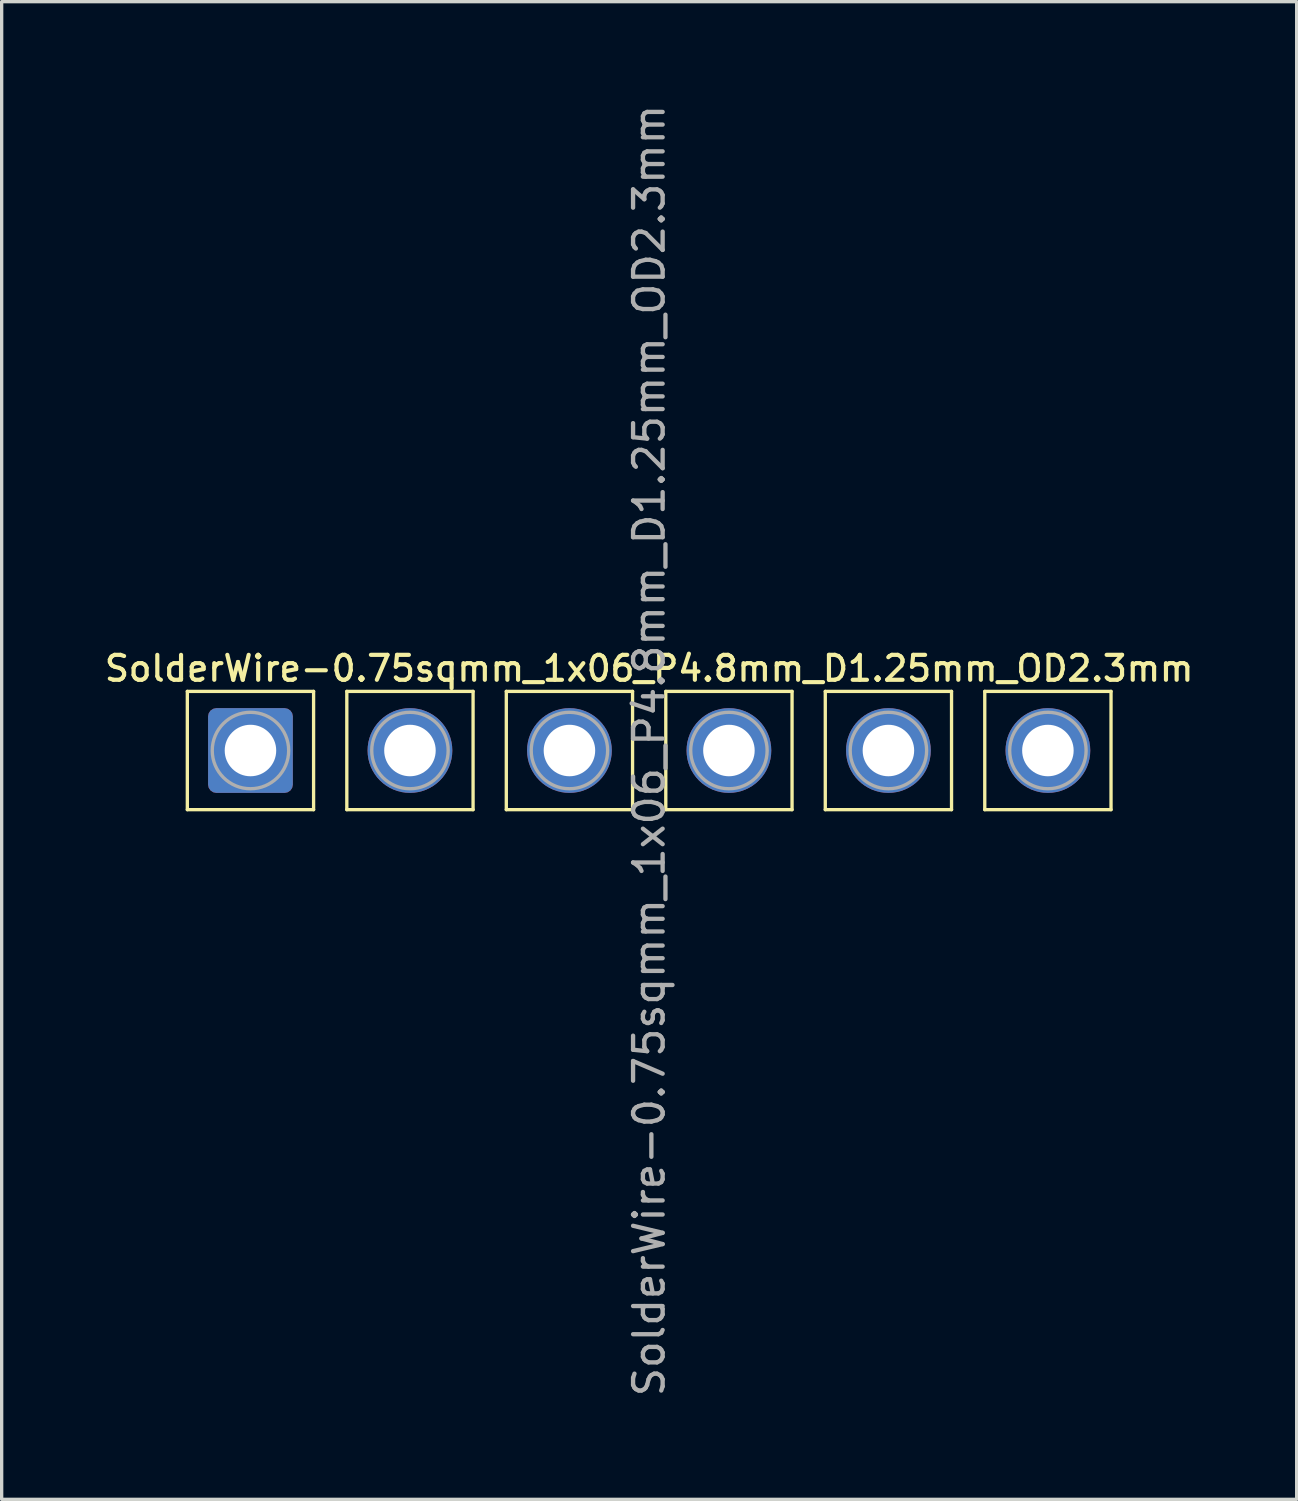
<source format=kicad_pcb>
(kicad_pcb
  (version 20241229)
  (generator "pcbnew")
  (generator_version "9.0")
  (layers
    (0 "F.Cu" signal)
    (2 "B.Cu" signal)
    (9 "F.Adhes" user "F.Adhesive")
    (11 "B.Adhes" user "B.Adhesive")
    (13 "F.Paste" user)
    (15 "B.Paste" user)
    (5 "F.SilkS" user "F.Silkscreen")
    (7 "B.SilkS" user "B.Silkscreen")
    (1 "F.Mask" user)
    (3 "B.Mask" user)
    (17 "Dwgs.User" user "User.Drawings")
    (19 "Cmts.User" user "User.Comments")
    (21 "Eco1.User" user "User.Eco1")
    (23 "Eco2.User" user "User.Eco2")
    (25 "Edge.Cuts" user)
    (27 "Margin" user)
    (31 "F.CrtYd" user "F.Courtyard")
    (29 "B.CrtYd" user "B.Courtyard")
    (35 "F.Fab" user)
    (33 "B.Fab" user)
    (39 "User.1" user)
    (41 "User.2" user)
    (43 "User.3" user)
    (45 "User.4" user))
  (footprint "SolderWire-0.75sqmm_1x06_P4.8mm_D1.25mm_OD2.3mm"
    (layer "F.Cu")
    (at 4.488 19.538)
    (property "Reference" "SolderWire-0.75sqmm_1x06_P4.8mm_D1.25mm_OD2.3mm" (at 12 -2.47 0) (layer "F.SilkS") (effects (font (size 0.75 0.75) (thickness 0.125))))
    (attr exclude_from_pos_files exclude_from_bom)
    (fp_line (start -1.9 -1.78) (end -1.9 1.78) (stroke (width 0.1) (type solid)) (layer "F.SilkS"))
    (fp_line (start -1.9 1.78) (end 1.9 1.78) (stroke (width 0.1) (type solid)) (layer "F.SilkS"))
    (fp_line (start 1.9 -1.78) (end -1.9 -1.78) (stroke (width 0.1) (type solid)) (layer "F.SilkS"))
    (fp_line (start 1.9 1.78) (end 1.9 -1.78) (stroke (width 0.1) (type solid)) (layer "F.SilkS"))
    (fp_line (start 2.9 -1.78) (end 2.9 1.78) (stroke (width 0.1) (type solid)) (layer "F.SilkS"))
    (fp_line (start 2.9 1.78) (end 6.7 1.78) (stroke (width 0.1) (type solid)) (layer "F.SilkS"))
    (fp_line (start 6.7 -1.78) (end 2.9 -1.78) (stroke (width 0.1) (type solid)) (layer "F.SilkS"))
    (fp_line (start 6.7 1.78) (end 6.7 -1.78) (stroke (width 0.1) (type solid)) (layer "F.SilkS"))
    (fp_line (start 7.7 -1.78) (end 7.7 1.78) (stroke (width 0.1) (type solid)) (layer "F.SilkS"))
    (fp_line (start 7.7 1.78) (end 11.5 1.78) (stroke (width 0.1) (type solid)) (layer "F.SilkS"))
    (fp_line (start 11.5 -1.78) (end 7.7 -1.78) (stroke (width 0.1) (type solid)) (layer "F.SilkS"))
    (fp_line (start 11.5 1.78) (end 11.5 -1.78) (stroke (width 0.1) (type solid)) (layer "F.SilkS"))
    (fp_line (start 12.5 -1.78) (end 12.5 1.78) (stroke (width 0.1) (type solid)) (layer "F.SilkS"))
    (fp_line (start 12.5 1.78) (end 16.3 1.78) (stroke (width 0.1) (type solid)) (layer "F.SilkS"))
    (fp_line (start 16.3 -1.78) (end 12.5 -1.78) (stroke (width 0.1) (type solid)) (layer "F.SilkS"))
    (fp_line (start 16.3 1.78) (end 16.3 -1.78) (stroke (width 0.1) (type solid)) (layer "F.SilkS"))
    (fp_line (start 17.3 -1.78) (end 17.3 1.78) (stroke (width 0.1) (type solid)) (layer "F.SilkS"))
    (fp_line (start 17.3 1.78) (end 21.1 1.78) (stroke (width 0.1) (type solid)) (layer "F.SilkS"))
    (fp_line (start 21.1 -1.78) (end 17.3 -1.78) (stroke (width 0.1) (type solid)) (layer "F.SilkS"))
    (fp_line (start 21.1 1.78) (end 21.1 -1.78) (stroke (width 0.1) (type solid)) (layer "F.SilkS"))
    (fp_line (start 22.1 -1.78) (end 22.1 1.78) (stroke (width 0.1) (type solid)) (layer "F.SilkS"))
    (fp_line (start 22.1 1.78) (end 25.9 1.78) (stroke (width 0.1) (type solid)) (layer "F.SilkS"))
    (fp_line (start 25.9 -1.78) (end 22.1 -1.78) (stroke (width 0.1) (type solid)) (layer "F.SilkS"))
    (fp_line (start 25.9 1.78) (end 25.9 -1.78) (stroke (width 0.1) (type solid)) (layer "F.SilkS"))
    (fp_circle (center 0 0) (end 1.15 0) (stroke (width 0.1) (type solid)) (fill no) (layer "F.Fab"))
    (fp_circle (center 4.8 0) (end 5.95 0) (stroke (width 0.1) (type solid)) (fill no) (layer "F.Fab"))
    (fp_circle (center 9.6 0) (end 10.75 0) (stroke (width 0.1) (type solid)) (fill no) (layer "F.Fab"))
    (fp_circle (center 14.4 0) (end 15.55 0) (stroke (width 0.1) (type solid)) (fill no) (layer "F.Fab"))
    (fp_circle (center 19.2 0) (end 20.35 0) (stroke (width 0.1) (type solid)) (fill no) (layer "F.Fab"))
    (fp_circle (center 24 0) (end 25.15 0) (stroke (width 0.1) (type solid)) (fill no) (layer "F.Fab"))
    (fp_text user "${REFERENCE}" (at 12 0 90) (layer "F.Fab") (effects (font (size 0.89 0.89) (thickness 0.13))))
    (pad "1" thru_hole roundrect (at 0 0) (size 2.55 2.55) (drill 1.55) (layers "*.Cu" "*.Mask") (roundrect_rratio 0.098))
    (pad "2" thru_hole circle (at 4.8 0) (size 2.55 2.55) (drill 1.55) (layers "*.Cu" "*.Mask"))
    (pad "3" thru_hole circle (at 9.6 0) (size 2.55 2.55) (drill 1.55) (layers "*.Cu" "*.Mask"))
    (pad "4" thru_hole circle (at 14.4 0) (size 2.55 2.55) (drill 1.55) (layers "*.Cu" "*.Mask"))
    (pad "5" thru_hole circle (at 19.2 0) (size 2.55 2.55) (drill 1.55) (layers "*.Cu" "*.Mask"))
    (pad "6" thru_hole circle (at 24 0) (size 2.55 2.55) (drill 1.55) (layers "*.Cu" "*.Mask")))
  (gr_rect
    (start -3 -3)
    (end 35.975 42.075)
    (stroke (width 0.1) (type default))
    (fill no)
    (layer "Edge.Cuts")))
</source>
